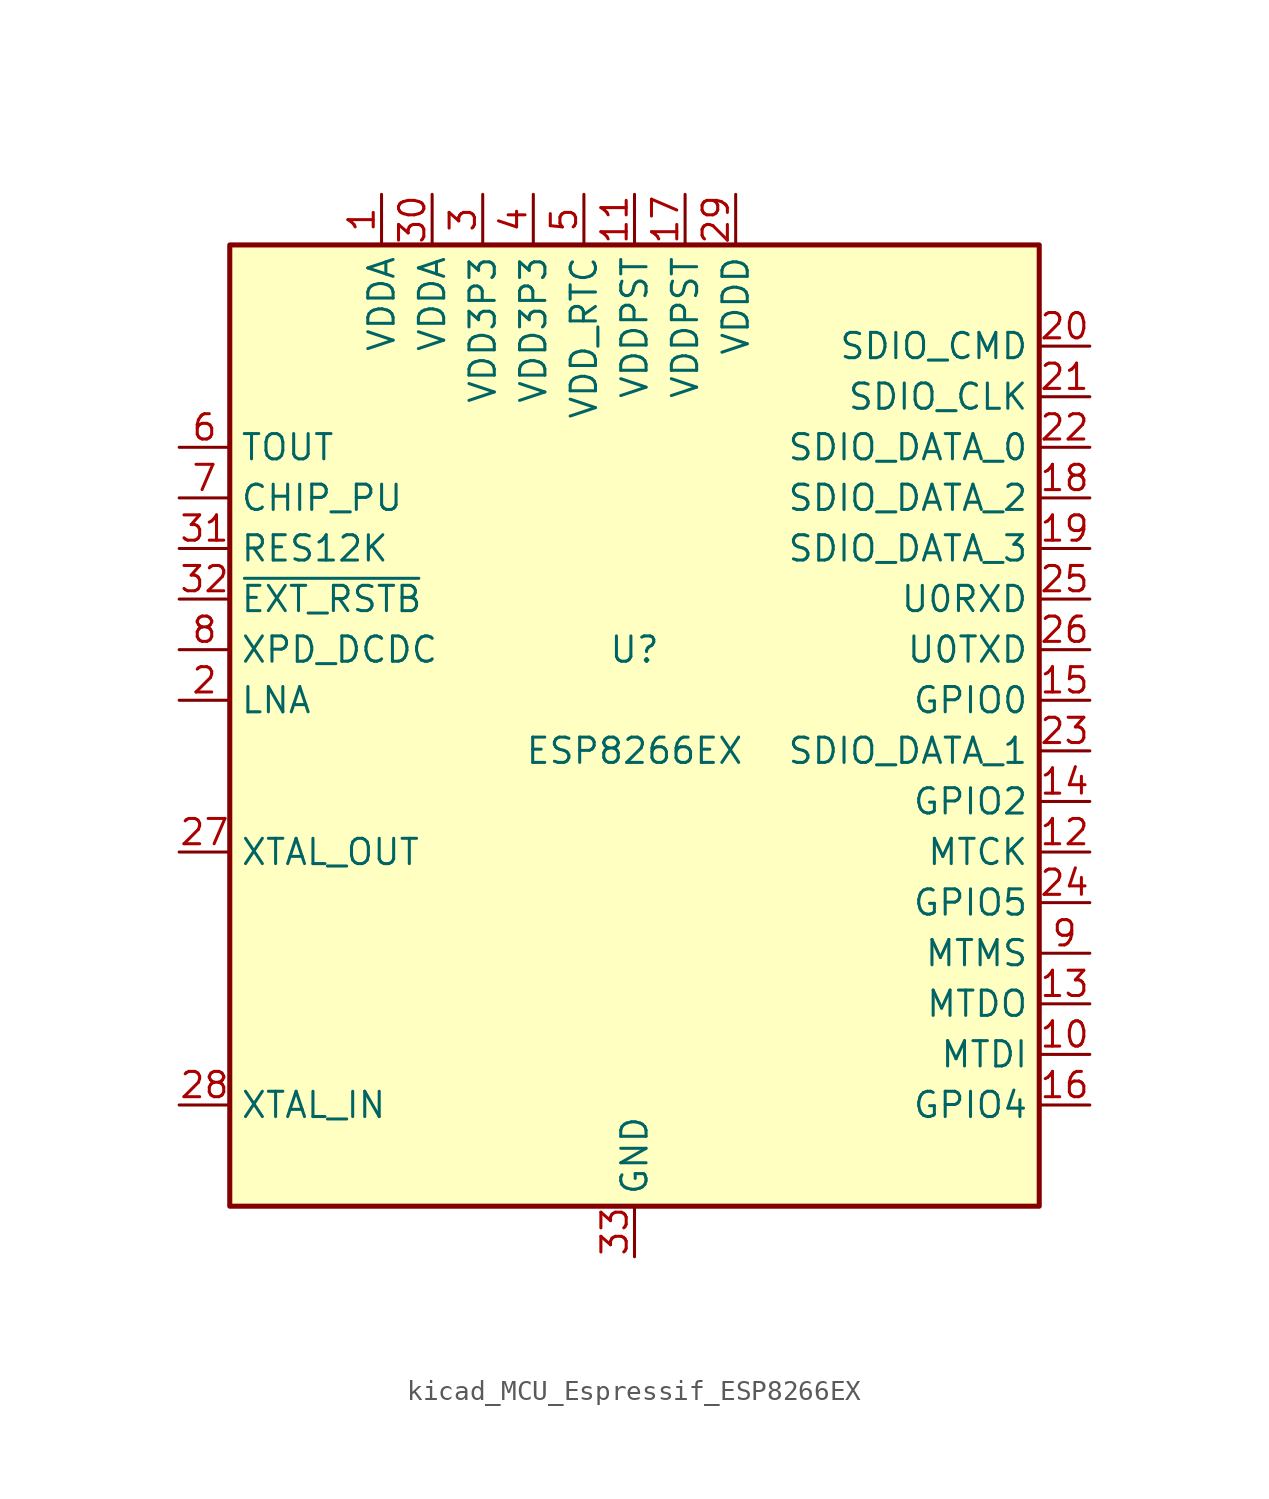
<source format=kicad_sym>
(kicad_symbol_lib
  (version 20220914)
  (generator kicad_symbol_editor)
  (symbol "kicad_MCU_Espressif_ESP8266EX"
    (property "Reference" "U"
      (at 0 2.54 0)
      (effects (font (size 1.27 1.27))))
    (property "Value" "ESP8266EX"
      (at 0 -2.54 0)
      (effects (font (size 1.27 1.27))))
    (symbol "kicad_MCU_Espressif_ESP8266EX_0_1"
      (rectangle (start -20.32 22.86) (end 20.32 -25.4) (stroke (width 0.254) (type default)) (fill (type background))))
    (symbol "kicad_MCU_Espressif_ESP8266EX_1_1"
      (pin power_in line (at -12.7 25.4 270) (length 2.54) (name "VDDA" (effects (font (size 1.27 1.27)))) (number "1" (effects (font (size 1.27 1.27)))))
      (pin bidirectional line (at 22.86 -17.78 180) (length 2.54) (name "MTDI" (effects (font (size 1.27 1.27)))) (number "10" (effects (font (size 1.27 1.27)))))
      (pin power_in line (at 0 25.4 270) (length 2.54) (name "VDDPST" (effects (font (size 1.27 1.27)))) (number "11" (effects (font (size 1.27 1.27)))))
      (pin bidirectional line (at 22.86 -7.62 180) (length 2.54) (name "MTCK" (effects (font (size 1.27 1.27)))) (number "12" (effects (font (size 1.27 1.27)))))
      (pin bidirectional line (at 22.86 -15.24 180) (length 2.54) (name "MTDO" (effects (font (size 1.27 1.27)))) (number "13" (effects (font (size 1.27 1.27)))))
      (pin bidirectional line (at 22.86 -5.08 180) (length 2.54) (name "GPIO2" (effects (font (size 1.27 1.27)))) (number "14" (effects (font (size 1.27 1.27)))))
      (pin bidirectional line (at 22.86 0 180) (length 2.54) (name "GPIO0" (effects (font (size 1.27 1.27)))) (number "15" (effects (font (size 1.27 1.27)))))
      (pin bidirectional line (at 22.86 -20.32 180) (length 2.54) (name "GPIO4" (effects (font (size 1.27 1.27)))) (number "16" (effects (font (size 1.27 1.27)))))
      (pin power_in line (at 2.54 25.4 270) (length 2.54) (name "VDDPST" (effects (font (size 1.27 1.27)))) (number "17" (effects (font (size 1.27 1.27)))))
      (pin bidirectional line (at 22.86 10.16 180) (length 2.54) (name "SDIO_DATA_2" (effects (font (size 1.27 1.27)))) (number "18" (effects (font (size 1.27 1.27)))))
      (pin bidirectional line (at 22.86 7.62 180) (length 2.54) (name "SDIO_DATA_3" (effects (font (size 1.27 1.27)))) (number "19" (effects (font (size 1.27 1.27)))))
      (pin bidirectional line (at -22.86 0 0) (length 2.54) (name "LNA" (effects (font (size 1.27 1.27)))) (number "2" (effects (font (size 1.27 1.27)))))
      (pin bidirectional line (at 22.86 17.78 180) (length 2.54) (name "SDIO_CMD" (effects (font (size 1.27 1.27)))) (number "20" (effects (font (size 1.27 1.27)))))
      (pin bidirectional line (at 22.86 15.24 180) (length 2.54) (name "SDIO_CLK" (effects (font (size 1.27 1.27)))) (number "21" (effects (font (size 1.27 1.27)))))
      (pin bidirectional line (at 22.86 12.7 180) (length 2.54) (name "SDIO_DATA_0" (effects (font (size 1.27 1.27)))) (number "22" (effects (font (size 1.27 1.27)))))
      (pin bidirectional line (at 22.86 -2.54 180) (length 2.54) (name "SDIO_DATA_1" (effects (font (size 1.27 1.27)))) (number "23" (effects (font (size 1.27 1.27)))))
      (pin bidirectional line (at 22.86 -10.16 180) (length 2.54) (name "GPIO5" (effects (font (size 1.27 1.27)))) (number "24" (effects (font (size 1.27 1.27)))))
      (pin bidirectional line (at 22.86 5.08 180) (length 2.54) (name "U0RXD" (effects (font (size 1.27 1.27)))) (number "25" (effects (font (size 1.27 1.27)))))
      (pin bidirectional line (at 22.86 2.54 180) (length 2.54) (name "U0TXD" (effects (font (size 1.27 1.27)))) (number "26" (effects (font (size 1.27 1.27)))))
      (pin bidirectional line (at -22.86 -7.62 0) (length 2.54) (name "XTAL_OUT" (effects (font (size 1.27 1.27)))) (number "27" (effects (font (size 1.27 1.27)))))
      (pin bidirectional line (at -22.86 -20.32 0) (length 2.54) (name "XTAL_IN" (effects (font (size 1.27 1.27)))) (number "28" (effects (font (size 1.27 1.27)))))
      (pin power_in line (at 5.08 25.4 270) (length 2.54) (name "VDDD" (effects (font (size 1.27 1.27)))) (number "29" (effects (font (size 1.27 1.27)))))
      (pin power_in line (at -7.62 25.4 270) (length 2.54) (name "VDD3P3" (effects (font (size 1.27 1.27)))) (number "3" (effects (font (size 1.27 1.27)))))
      (pin power_in line (at -10.16 25.4 270) (length 2.54) (name "VDDA" (effects (font (size 1.27 1.27)))) (number "30" (effects (font (size 1.27 1.27)))))
      (pin input line (at -22.86 7.62 0) (length 2.54) (name "RES12K" (effects (font (size 1.27 1.27)))) (number "31" (effects (font (size 1.27 1.27)))))
      (pin input line (at -22.86 5.08 0) (length 2.54) (name "~{EXT_RSTB}" (effects (font (size 1.27 1.27)))) (number "32" (effects (font (size 1.27 1.27)))))
      (pin power_in line (at 0 -27.94 90) (length 2.54) (name "GND" (effects (font (size 1.27 1.27)))) (number "33" (effects (font (size 1.27 1.27)))))
      (pin power_in line (at -5.08 25.4 270) (length 2.54) (name "VDD3P3" (effects (font (size 1.27 1.27)))) (number "4" (effects (font (size 1.27 1.27)))))
      (pin power_in line (at -2.54 25.4 270) (length 2.54) (name "VDD_RTC" (effects (font (size 1.27 1.27)))) (number "5" (effects (font (size 1.27 1.27)))))
      (pin input line (at -22.86 12.7 0) (length 2.54) (name "TOUT" (effects (font (size 1.27 1.27)))) (number "6" (effects (font (size 1.27 1.27)))))
      (pin input line (at -22.86 10.16 0) (length 2.54) (name "CHIP_PU" (effects (font (size 1.27 1.27)))) (number "7" (effects (font (size 1.27 1.27)))))
      (pin bidirectional line (at -22.86 2.54 0) (length 2.54) (name "XPD_DCDC" (effects (font (size 1.27 1.27)))) (number "8" (effects (font (size 1.27 1.27)))))
      (pin bidirectional line (at 22.86 -12.7 180) (length 2.54) (name "MTMS" (effects (font (size 1.27 1.27)))) (number "9" (effects (font (size 1.27 1.27))))))))
</source>
